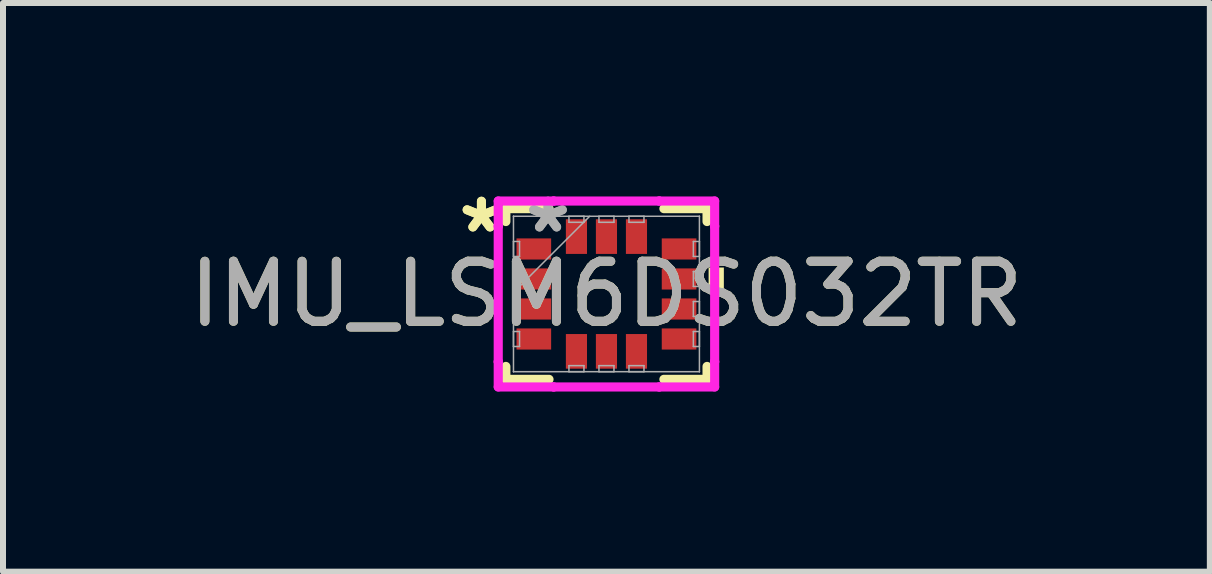
<source format=kicad_pcb>
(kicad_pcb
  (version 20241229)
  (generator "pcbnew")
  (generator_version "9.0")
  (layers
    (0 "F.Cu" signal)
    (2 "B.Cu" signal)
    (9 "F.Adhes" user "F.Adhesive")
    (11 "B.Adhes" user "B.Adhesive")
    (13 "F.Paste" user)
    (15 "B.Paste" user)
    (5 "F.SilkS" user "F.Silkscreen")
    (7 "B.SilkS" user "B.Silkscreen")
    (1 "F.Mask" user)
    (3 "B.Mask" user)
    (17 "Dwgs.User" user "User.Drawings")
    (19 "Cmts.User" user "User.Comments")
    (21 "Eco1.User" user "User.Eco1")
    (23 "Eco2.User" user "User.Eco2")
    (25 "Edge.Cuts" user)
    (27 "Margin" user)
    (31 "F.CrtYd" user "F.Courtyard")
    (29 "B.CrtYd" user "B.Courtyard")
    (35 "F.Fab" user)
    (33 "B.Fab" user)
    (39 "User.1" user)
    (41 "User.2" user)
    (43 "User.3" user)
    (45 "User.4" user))
  (footprint "IMU_LSM6DS032TR"
    (layer "F.Cu")
    (at 7.054 1.848)
    (property "Reference" "IMU_LSM6DS032TR" (at 0 0 0) (unlocked yes) (layer "F.SilkS") (effects (font (size 1 1) (thickness 0.15))))
    (attr smd)
    (fp_line (start -1.676 -1.422) (end -1.676 -1.207) (stroke (width 0.152) (type solid)) (layer "F.SilkS"))
    (fp_line (start -1.676 1.207) (end -1.676 1.422) (stroke (width 0.152) (type solid)) (layer "F.SilkS"))
    (fp_line (start -1.676 1.422) (end -0.957 1.422) (stroke (width 0.152) (type solid)) (layer "F.SilkS"))
    (fp_line (start -0.957 -1.422) (end -1.676 -1.422) (stroke (width 0.152) (type solid)) (layer "F.SilkS"))
    (fp_line (start 0.957 1.422) (end 1.676 1.422) (stroke (width 0.152) (type solid)) (layer "F.SilkS"))
    (fp_line (start 1.676 -1.422) (end 0.957 -1.422) (stroke (width 0.152) (type solid)) (layer "F.SilkS"))
    (fp_line (start 1.676 -1.207) (end 1.676 -1.422) (stroke (width 0.152) (type solid)) (layer "F.SilkS"))
    (fp_line (start 1.676 1.422) (end 1.676 1.207) (stroke (width 0.152) (type solid)) (layer "F.SilkS"))
    (fp_poly (pts (xy 1.956 -0.441) (xy 1.956 -0.059) (xy 1.702 -0.059) (xy 1.702 -0.441)) (stroke (width 0) (type solid)) (fill yes) (layer "F.SilkS"))
    (fp_line (start -1.803 -1.549) (end -0.879 -1.549) (stroke (width 0.152) (type solid)) (layer "F.CrtYd"))
    (fp_line (start -1.803 -1.129) (end -1.803 -1.549) (stroke (width 0.152) (type solid)) (layer "F.CrtYd"))
    (fp_line (start -1.803 -1.129) (end -1.803 -1.129) (stroke (width 0.152) (type solid)) (layer "F.CrtYd"))
    (fp_line (start -1.803 1.129) (end -1.803 -1.129) (stroke (width 0.152) (type solid)) (layer "F.CrtYd"))
    (fp_line (start -1.803 1.129) (end -1.803 1.129) (stroke (width 0.152) (type solid)) (layer "F.CrtYd"))
    (fp_line (start -1.803 1.549) (end -1.803 1.129) (stroke (width 0.152) (type solid)) (layer "F.CrtYd"))
    (fp_line (start -0.879 -1.549) (end -0.879 -1.549) (stroke (width 0.152) (type solid)) (layer "F.CrtYd"))
    (fp_line (start -0.879 -1.549) (end 0.879 -1.549) (stroke (width 0.152) (type solid)) (layer "F.CrtYd"))
    (fp_line (start -0.879 1.549) (end -1.803 1.549) (stroke (width 0.152) (type solid)) (layer "F.CrtYd"))
    (fp_line (start -0.879 1.549) (end -0.879 1.549) (stroke (width 0.152) (type solid)) (layer "F.CrtYd"))
    (fp_line (start 0.879 -1.549) (end 0.879 -1.549) (stroke (width 0.152) (type solid)) (layer "F.CrtYd"))
    (fp_line (start 0.879 -1.549) (end 1.803 -1.549) (stroke (width 0.152) (type solid)) (layer "F.CrtYd"))
    (fp_line (start 0.879 1.549) (end -0.879 1.549) (stroke (width 0.152) (type solid)) (layer "F.CrtYd"))
    (fp_line (start 0.879 1.549) (end 0.879 1.549) (stroke (width 0.152) (type solid)) (layer "F.CrtYd"))
    (fp_line (start 1.803 -1.549) (end 1.803 -1.129) (stroke (width 0.152) (type solid)) (layer "F.CrtYd"))
    (fp_line (start 1.803 -1.129) (end 1.803 -1.129) (stroke (width 0.152) (type solid)) (layer "F.CrtYd"))
    (fp_line (start 1.803 -1.129) (end 1.803 1.129) (stroke (width 0.152) (type solid)) (layer "F.CrtYd"))
    (fp_line (start 1.803 1.129) (end 1.803 1.129) (stroke (width 0.152) (type solid)) (layer "F.CrtYd"))
    (fp_line (start 1.803 1.129) (end 1.803 1.549) (stroke (width 0.152) (type solid)) (layer "F.CrtYd"))
    (fp_line (start 1.803 1.549) (end 0.879 1.549) (stroke (width 0.152) (type solid)) (layer "F.CrtYd"))
    (fp_line (start -1.549 -1.295) (end -1.549 -1.295) (stroke (width 0.025) (type solid)) (layer "F.Fab"))
    (fp_line (start -1.549 -1.295) (end -1.549 1.295) (stroke (width 0.025) (type solid)) (layer "F.Fab"))
    (fp_line (start -1.549 -0.875) (end -1.448 -0.875) (stroke (width 0.025) (type solid)) (layer "F.Fab"))
    (fp_line (start -1.549 -0.625) (end -1.549 -0.875) (stroke (width 0.025) (type solid)) (layer "F.Fab"))
    (fp_line (start -1.549 -0.375) (end -1.448 -0.375) (stroke (width 0.025) (type solid)) (layer "F.Fab"))
    (fp_line (start -1.549 -0.125) (end -1.549 -0.375) (stroke (width 0.025) (type solid)) (layer "F.Fab"))
    (fp_line (start -1.549 -0.025) (end -0.279 -1.295) (stroke (width 0.025) (type solid)) (layer "F.Fab"))
    (fp_line (start -1.549 0.125) (end -1.448 0.125) (stroke (width 0.025) (type solid)) (layer "F.Fab"))
    (fp_line (start -1.549 0.375) (end -1.549 0.125) (stroke (width 0.025) (type solid)) (layer "F.Fab"))
    (fp_line (start -1.549 0.625) (end -1.448 0.625) (stroke (width 0.025) (type solid)) (layer "F.Fab"))
    (fp_line (start -1.549 0.875) (end -1.549 0.625) (stroke (width 0.025) (type solid)) (layer "F.Fab"))
    (fp_line (start -1.549 1.295) (end -1.549 1.295) (stroke (width 0.025) (type solid)) (layer "F.Fab"))
    (fp_line (start -1.549 1.295) (end 1.549 1.295) (stroke (width 0.025) (type solid)) (layer "F.Fab"))
    (fp_line (start -1.448 -0.875) (end -1.448 -0.625) (stroke (width 0.025) (type solid)) (layer "F.Fab"))
    (fp_line (start -1.448 -0.625) (end -1.549 -0.625) (stroke (width 0.025) (type solid)) (layer "F.Fab"))
    (fp_line (start -1.448 -0.375) (end -1.448 -0.125) (stroke (width 0.025) (type solid)) (layer "F.Fab"))
    (fp_line (start -1.448 -0.125) (end -1.549 -0.125) (stroke (width 0.025) (type solid)) (layer "F.Fab"))
    (fp_line (start -1.448 0.125) (end -1.448 0.375) (stroke (width 0.025) (type solid)) (layer "F.Fab"))
    (fp_line (start -1.448 0.375) (end -1.549 0.375) (stroke (width 0.025) (type solid)) (layer "F.Fab"))
    (fp_line (start -1.448 0.625) (end -1.448 0.875) (stroke (width 0.025) (type solid)) (layer "F.Fab"))
    (fp_line (start -1.448 0.875) (end -1.549 0.875) (stroke (width 0.025) (type solid)) (layer "F.Fab"))
    (fp_line (start -0.625 -1.295) (end -0.375 -1.295) (stroke (width 0.025) (type solid)) (layer "F.Fab"))
    (fp_line (start -0.625 -1.194) (end -0.625 -1.295) (stroke (width 0.025) (type solid)) (layer "F.Fab"))
    (fp_line (start -0.625 1.194) (end -0.375 1.194) (stroke (width 0.025) (type solid)) (layer "F.Fab"))
    (fp_line (start -0.625 1.295) (end -0.625 1.194) (stroke (width 0.025) (type solid)) (layer "F.Fab"))
    (fp_line (start -0.375 -1.295) (end -0.375 -1.194) (stroke (width 0.025) (type solid)) (layer "F.Fab"))
    (fp_line (start -0.375 -1.194) (end -0.625 -1.194) (stroke (width 0.025) (type solid)) (layer "F.Fab"))
    (fp_line (start -0.375 1.194) (end -0.375 1.295) (stroke (width 0.025) (type solid)) (layer "F.Fab"))
    (fp_line (start -0.375 1.295) (end -0.625 1.295) (stroke (width 0.025) (type solid)) (layer "F.Fab"))
    (fp_line (start -0.125 -1.295) (end 0.125 -1.295) (stroke (width 0.025) (type solid)) (layer "F.Fab"))
    (fp_line (start -0.125 -1.194) (end -0.125 -1.295) (stroke (width 0.025) (type solid)) (layer "F.Fab"))
    (fp_line (start -0.125 1.194) (end 0.125 1.194) (stroke (width 0.025) (type solid)) (layer "F.Fab"))
    (fp_line (start -0.125 1.295) (end -0.125 1.194) (stroke (width 0.025) (type solid)) (layer "F.Fab"))
    (fp_line (start 0.125 -1.295) (end 0.125 -1.194) (stroke (width 0.025) (type solid)) (layer "F.Fab"))
    (fp_line (start 0.125 -1.194) (end -0.125 -1.194) (stroke (width 0.025) (type solid)) (layer "F.Fab"))
    (fp_line (start 0.125 1.194) (end 0.125 1.295) (stroke (width 0.025) (type solid)) (layer "F.Fab"))
    (fp_line (start 0.125 1.295) (end -0.125 1.295) (stroke (width 0.025) (type solid)) (layer "F.Fab"))
    (fp_line (start 0.375 -1.295) (end 0.625 -1.295) (stroke (width 0.025) (type solid)) (layer "F.Fab"))
    (fp_line (start 0.375 -1.194) (end 0.375 -1.295) (stroke (width 0.025) (type solid)) (layer "F.Fab"))
    (fp_line (start 0.375 1.194) (end 0.625 1.194) (stroke (width 0.025) (type solid)) (layer "F.Fab"))
    (fp_line (start 0.375 1.295) (end 0.375 1.194) (stroke (width 0.025) (type solid)) (layer "F.Fab"))
    (fp_line (start 0.625 -1.295) (end 0.625 -1.194) (stroke (width 0.025) (type solid)) (layer "F.Fab"))
    (fp_line (start 0.625 -1.194) (end 0.375 -1.194) (stroke (width 0.025) (type solid)) (layer "F.Fab"))
    (fp_line (start 0.625 1.194) (end 0.625 1.295) (stroke (width 0.025) (type solid)) (layer "F.Fab"))
    (fp_line (start 0.625 1.295) (end 0.375 1.295) (stroke (width 0.025) (type solid)) (layer "F.Fab"))
    (fp_line (start 1.448 -0.875) (end 1.549 -0.875) (stroke (width 0.025) (type solid)) (layer "F.Fab"))
    (fp_line (start 1.448 -0.625) (end 1.448 -0.875) (stroke (width 0.025) (type solid)) (layer "F.Fab"))
    (fp_line (start 1.448 -0.375) (end 1.549 -0.375) (stroke (width 0.025) (type solid)) (layer "F.Fab"))
    (fp_line (start 1.448 -0.125) (end 1.448 -0.375) (stroke (width 0.025) (type solid)) (layer "F.Fab"))
    (fp_line (start 1.448 0.125) (end 1.549 0.125) (stroke (width 0.025) (type solid)) (layer "F.Fab"))
    (fp_line (start 1.448 0.375) (end 1.448 0.125) (stroke (width 0.025) (type solid)) (layer "F.Fab"))
    (fp_line (start 1.448 0.625) (end 1.549 0.625) (stroke (width 0.025) (type solid)) (layer "F.Fab"))
    (fp_line (start 1.448 0.875) (end 1.448 0.625) (stroke (width 0.025) (type solid)) (layer "F.Fab"))
    (fp_line (start 1.549 -1.295) (end -1.549 -1.295) (stroke (width 0.025) (type solid)) (layer "F.Fab"))
    (fp_line (start 1.549 -1.295) (end 1.549 -1.295) (stroke (width 0.025) (type solid)) (layer "F.Fab"))
    (fp_line (start 1.549 -0.875) (end 1.549 -0.625) (stroke (width 0.025) (type solid)) (layer "F.Fab"))
    (fp_line (start 1.549 -0.625) (end 1.448 -0.625) (stroke (width 0.025) (type solid)) (layer "F.Fab"))
    (fp_line (start 1.549 -0.375) (end 1.549 -0.125) (stroke (width 0.025) (type solid)) (layer "F.Fab"))
    (fp_line (start 1.549 -0.125) (end 1.448 -0.125) (stroke (width 0.025) (type solid)) (layer "F.Fab"))
    (fp_line (start 1.549 0.125) (end 1.549 0.375) (stroke (width 0.025) (type solid)) (layer "F.Fab"))
    (fp_line (start 1.549 0.375) (end 1.448 0.375) (stroke (width 0.025) (type solid)) (layer "F.Fab"))
    (fp_line (start 1.549 0.625) (end 1.549 0.875) (stroke (width 0.025) (type solid)) (layer "F.Fab"))
    (fp_line (start 1.549 0.875) (end 1.448 0.875) (stroke (width 0.025) (type solid)) (layer "F.Fab"))
    (fp_line (start 1.549 1.295) (end 1.549 -1.295) (stroke (width 0.025) (type solid)) (layer "F.Fab"))
    (fp_line (start 1.549 1.295) (end 1.549 1.295) (stroke (width 0.025) (type solid)) (layer "F.Fab"))
    (fp_text user "*" (at -2.083 -1 0) (layer "F.SilkS") (effects (font (size 1 1) (thickness 0.15))))
    (fp_text user "*" (at -2.083 -1 0) (unlocked yes) (layer "F.SilkS") (effects (font (size 1 1) (thickness 0.15))))
    (fp_text user "*" (at -0.973 -1 0) (layer "F.Fab") (effects (font (size 1 1) (thickness 0.15))))
    (fp_text user "*" (at -0.973 -1 0) (unlocked yes) (layer "F.Fab") (effects (font (size 1 1) (thickness 0.15))))
    (fp_text user "${REFERENCE}" (at 0 0 0) (unlocked yes) (layer "F.Fab") (effects (font (size 1 1) (thickness 0.15))))
    (pad "1" smd rect (at -1.21 -0.75 90) (size 0.352 0.577) (layers "F.Cu" "F.Mask" "F.Paste"))
    (pad "2" smd rect (at -1.21 -0.25 90) (size 0.352 0.577) (layers "F.Cu" "F.Mask" "F.Paste"))
    (pad "3" smd rect (at -1.21 0.25 90) (size 0.352 0.577) (layers "F.Cu" "F.Mask" "F.Paste"))
    (pad "4" smd rect (at -1.21 0.75 90) (size 0.352 0.577) (layers "F.Cu" "F.Mask" "F.Paste"))
    (pad "5" smd rect (at -0.5 0.956) (size 0.352 0.577) (layers "F.Cu" "F.Mask" "F.Paste"))
    (pad "6" smd rect (at 0 0.956) (size 0.352 0.577) (layers "F.Cu" "F.Mask" "F.Paste"))
    (pad "7" smd rect (at 0.5 0.956) (size 0.352 0.577) (layers "F.Cu" "F.Mask" "F.Paste"))
    (pad "8" smd rect (at 1.21 0.75 90) (size 0.352 0.577) (layers "F.Cu" "F.Mask" "F.Paste"))
    (pad "9" smd rect (at 1.21 0.25 90) (size 0.352 0.577) (layers "F.Cu" "F.Mask" "F.Paste"))
    (pad "10" smd rect (at 1.21 -0.25 90) (size 0.352 0.577) (layers "F.Cu" "F.Mask" "F.Paste"))
    (pad "11" smd rect (at 1.21 -0.75 90) (size 0.352 0.577) (layers "F.Cu" "F.Mask" "F.Paste"))
    (pad "12" smd rect (at 0.5 -0.956) (size 0.352 0.577) (layers "F.Cu" "F.Mask" "F.Paste"))
    (pad "13" smd rect (at 0 -0.956) (size 0.352 0.577) (layers "F.Cu" "F.Mask" "F.Paste"))
    (pad "14" smd rect (at -0.5 -0.956) (size 0.352 0.577) (layers "F.Cu" "F.Mask" "F.Paste")))
  (gr_rect
    (start -3 -3)
    (end 17.107 6.474)
    (stroke (width 0.1) (type default))
    (fill no)
    (layer "Edge.Cuts")))
</source>
